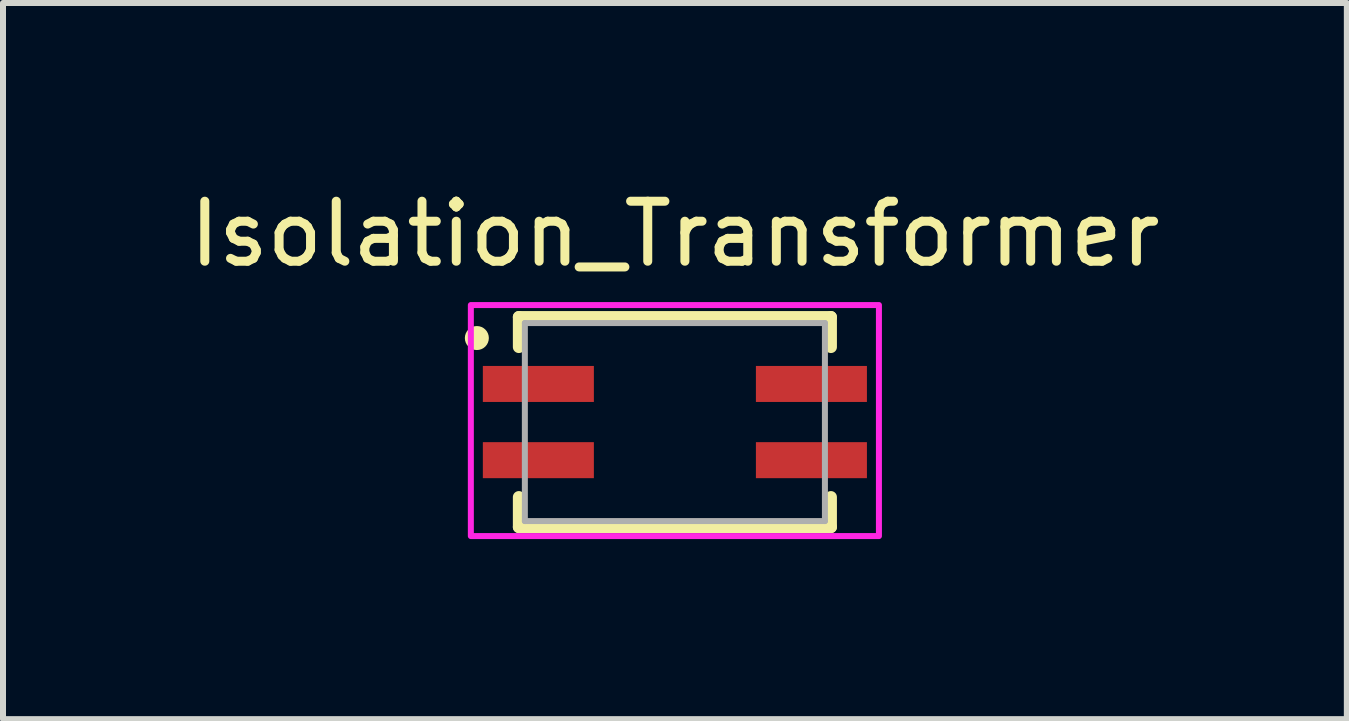
<source format=kicad_pcb>
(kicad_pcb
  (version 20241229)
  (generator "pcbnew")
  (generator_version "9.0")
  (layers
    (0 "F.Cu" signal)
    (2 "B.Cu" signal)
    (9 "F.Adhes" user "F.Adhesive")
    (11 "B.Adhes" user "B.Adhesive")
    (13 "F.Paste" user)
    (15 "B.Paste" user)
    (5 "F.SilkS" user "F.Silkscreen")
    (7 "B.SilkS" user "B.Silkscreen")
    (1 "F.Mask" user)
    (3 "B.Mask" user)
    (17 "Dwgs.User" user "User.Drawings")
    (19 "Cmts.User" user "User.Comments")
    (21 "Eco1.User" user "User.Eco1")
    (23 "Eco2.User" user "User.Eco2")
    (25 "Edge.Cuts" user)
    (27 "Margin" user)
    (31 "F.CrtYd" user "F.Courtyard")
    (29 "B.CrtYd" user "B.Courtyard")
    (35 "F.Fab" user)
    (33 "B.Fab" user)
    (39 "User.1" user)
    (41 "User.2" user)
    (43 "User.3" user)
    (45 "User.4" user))
  (footprint "Isolation_Transformer"
    (layer "F.Cu")
    (at 8.196 3.983)
    (property "Reference" "Isolation_Transformer" (at 0 -3.135 0) (layer "F.SilkS") (effects (font (size 1 1) (thickness 0.15))))
    (attr smd)
    (fp_line (start -2.6 -1.75) (end 2.6 -1.75) (stroke (width 0.2) (type solid)) (layer "F.SilkS"))
    (fp_line (start -2.6 -1.25) (end -2.6 -1.75) (stroke (width 0.2) (type solid)) (layer "F.SilkS"))
    (fp_line (start -2.6 1.75) (end -2.6 1.25) (stroke (width 0.2) (type solid)) (layer "F.SilkS"))
    (fp_line (start -2.6 1.75) (end 2.6 1.75) (stroke (width 0.2) (type solid)) (layer "F.SilkS"))
    (fp_line (start 2.6 -1.25) (end 2.6 -1.75) (stroke (width 0.2) (type solid)) (layer "F.SilkS"))
    (fp_line (start 2.6 1.75) (end 2.6 1.25) (stroke (width 0.2) (type solid)) (layer "F.SilkS"))
    (fp_circle (center -3.3 -1.4) (end -3.2 -1.4) (stroke (width 0.2) (type solid)) (fill no) (layer "F.SilkS"))
    (fp_poly (pts (xy -3.4 -1.95) (xy 3.4 -1.95) (xy 3.4 1.9) (xy -3.4 1.9)) (stroke (width 0.1) (type solid)) (fill no) (layer "F.CrtYd"))
    (fp_line (start -2.5 -1.65) (end -2.5 1.65) (stroke (width 0.1) (type solid)) (layer "F.Fab"))
    (fp_line (start -2.5 -1.65) (end 2.5 -1.65) (stroke (width 0.1) (type solid)) (layer "F.Fab"))
    (fp_line (start -2.5 1.65) (end 2.5 1.65) (stroke (width 0.1) (type solid)) (layer "F.Fab"))
    (fp_line (start 2.5 -1.65) (end 2.5 1.65) (stroke (width 0.1) (type solid)) (layer "F.Fab"))
    (pad "1" smd rect (at -2.275 -0.635) (size 1.85 0.6) (layers "F.Cu" "F.Mask" "F.Paste"))
    (pad "2" smd rect (at -2.275 0.635) (size 1.85 0.6) (layers "F.Cu" "F.Mask" "F.Paste"))
    (pad "3" smd rect (at 2.275 0.635) (size 1.85 0.6) (layers "F.Cu" "F.Mask" "F.Paste"))
    (pad "4" smd rect (at 2.275 -0.635) (size 1.85 0.6) (layers "F.Cu" "F.Mask" "F.Paste")))
  (gr_rect
    (start -3 -3)
    (end 19.393 8.933)
    (stroke (width 0.1) (type default))
    (fill no)
    (layer "Edge.Cuts")))
</source>
